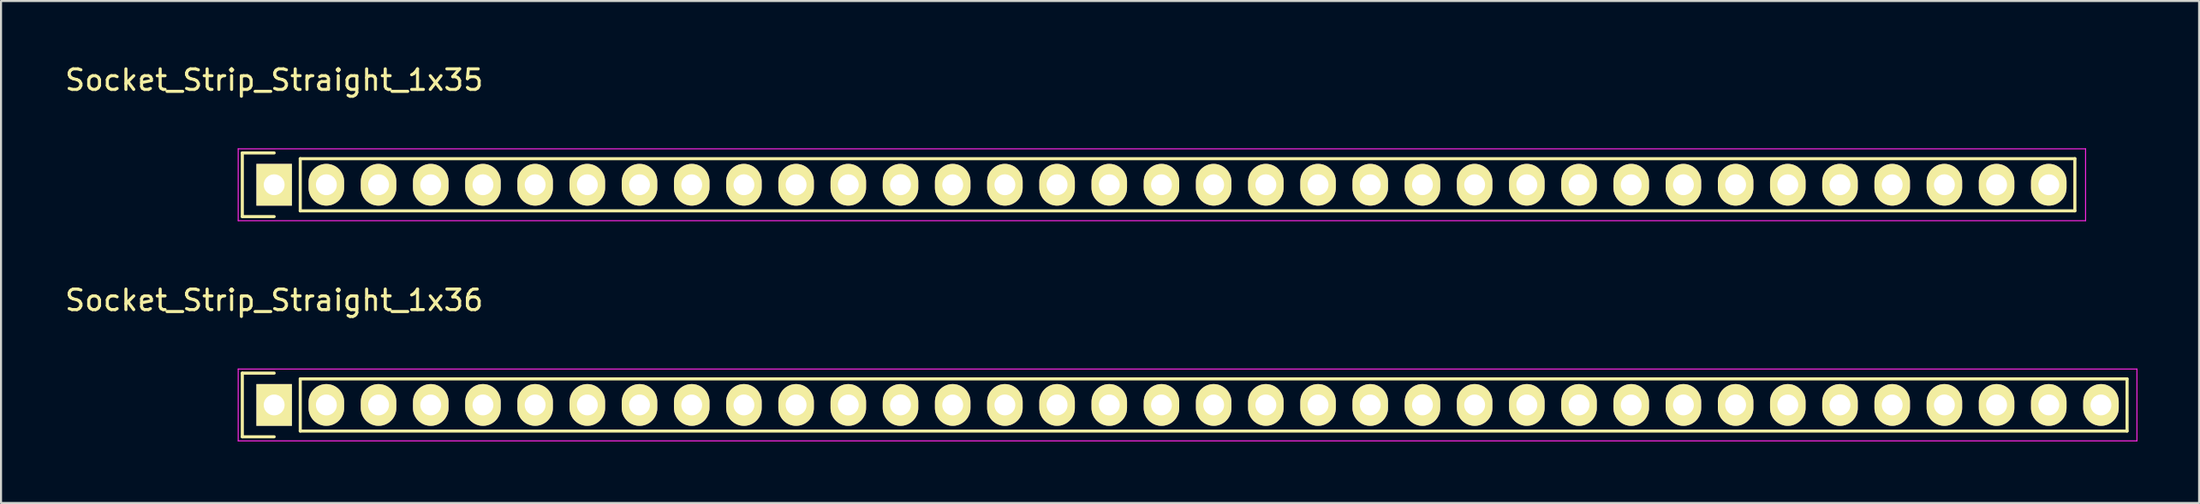
<source format=kicad_pcb>
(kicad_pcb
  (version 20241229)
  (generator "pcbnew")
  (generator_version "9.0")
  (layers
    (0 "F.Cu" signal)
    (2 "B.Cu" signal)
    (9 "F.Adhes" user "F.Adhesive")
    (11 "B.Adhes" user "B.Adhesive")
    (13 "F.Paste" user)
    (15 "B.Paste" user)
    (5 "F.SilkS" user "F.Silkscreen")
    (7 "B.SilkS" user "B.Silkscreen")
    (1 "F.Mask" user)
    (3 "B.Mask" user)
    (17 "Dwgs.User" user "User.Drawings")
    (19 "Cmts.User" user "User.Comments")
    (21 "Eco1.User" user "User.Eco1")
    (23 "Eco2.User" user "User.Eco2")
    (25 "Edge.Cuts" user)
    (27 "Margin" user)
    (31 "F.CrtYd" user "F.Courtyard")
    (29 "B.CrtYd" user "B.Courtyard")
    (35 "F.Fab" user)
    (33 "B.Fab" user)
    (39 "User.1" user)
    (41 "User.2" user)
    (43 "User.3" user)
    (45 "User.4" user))
  (footprint "Socket_Strip_Straight_1x35"
    (layer "F.Cu")
    (at 10.292 5.948)
    (property "Reference" "Socket_Strip_Straight_1x35" (at 0 -5.1 0) (layer "F.SilkS") (effects (font (size 1 1) (thickness 0.15))))
    (attr through_hole)
    (fp_line (start -1.55 -1.55) (end -1.55 1.55) (stroke (width 0.15) (type solid)) (layer "F.SilkS"))
    (fp_line (start -1.55 1.55) (end 0 1.55) (stroke (width 0.15) (type solid)) (layer "F.SilkS"))
    (fp_line (start 0 -1.55) (end -1.55 -1.55) (stroke (width 0.15) (type solid)) (layer "F.SilkS"))
    (fp_line (start 1.27 -1.27) (end 87.63 -1.27) (stroke (width 0.15) (type solid)) (layer "F.SilkS"))
    (fp_line (start 1.27 1.27) (end 1.27 -1.27) (stroke (width 0.15) (type solid)) (layer "F.SilkS"))
    (fp_line (start 87.63 -1.27) (end 87.63 1.27) (stroke (width 0.15) (type solid)) (layer "F.SilkS"))
    (fp_line (start 87.63 1.27) (end 1.27 1.27) (stroke (width 0.15) (type solid)) (layer "F.SilkS"))
    (fp_line (start -1.75 -1.75) (end -1.75 1.75) (stroke (width 0.05) (type solid)) (layer "F.CrtYd"))
    (fp_line (start -1.75 -1.75) (end 88.15 -1.75) (stroke (width 0.05) (type solid)) (layer "F.CrtYd"))
    (fp_line (start -1.75 1.75) (end 88.15 1.75) (stroke (width 0.05) (type solid)) (layer "F.CrtYd"))
    (fp_line (start 88.15 -1.75) (end 88.15 1.75) (stroke (width 0.05) (type solid)) (layer "F.CrtYd"))
    (pad "1" thru_hole rect (at 0 0) (size 1.727 2.032) (drill 1.016) (layers "*.Cu" "*.Mask" "F.SilkS"))
    (pad "2" thru_hole oval (at 2.54 0) (size 1.727 2.032) (drill 1.016) (layers "*.Cu" "*.Mask" "F.SilkS"))
    (pad "3" thru_hole oval (at 5.08 0) (size 1.727 2.032) (drill 1.016) (layers "*.Cu" "*.Mask" "F.SilkS"))
    (pad "4" thru_hole oval (at 7.62 0) (size 1.727 2.032) (drill 1.016) (layers "*.Cu" "*.Mask" "F.SilkS"))
    (pad "5" thru_hole oval (at 10.16 0) (size 1.727 2.032) (drill 1.016) (layers "*.Cu" "*.Mask" "F.SilkS"))
    (pad "6" thru_hole oval (at 12.7 0) (size 1.727 2.032) (drill 1.016) (layers "*.Cu" "*.Mask" "F.SilkS"))
    (pad "7" thru_hole oval (at 15.24 0) (size 1.727 2.032) (drill 1.016) (layers "*.Cu" "*.Mask" "F.SilkS"))
    (pad "8" thru_hole oval (at 17.78 0) (size 1.727 2.032) (drill 1.016) (layers "*.Cu" "*.Mask" "F.SilkS"))
    (pad "9" thru_hole oval (at 20.32 0) (size 1.727 2.032) (drill 1.016) (layers "*.Cu" "*.Mask" "F.SilkS"))
    (pad "10" thru_hole oval (at 22.86 0) (size 1.727 2.032) (drill 1.016) (layers "*.Cu" "*.Mask" "F.SilkS"))
    (pad "11" thru_hole oval (at 25.4 0) (size 1.727 2.032) (drill 1.016) (layers "*.Cu" "*.Mask" "F.SilkS"))
    (pad "12" thru_hole oval (at 27.94 0) (size 1.727 2.032) (drill 1.016) (layers "*.Cu" "*.Mask" "F.SilkS"))
    (pad "13" thru_hole oval (at 30.48 0) (size 1.727 2.032) (drill 1.016) (layers "*.Cu" "*.Mask" "F.SilkS"))
    (pad "14" thru_hole oval (at 33.02 0) (size 1.727 2.032) (drill 1.016) (layers "*.Cu" "*.Mask" "F.SilkS"))
    (pad "15" thru_hole oval (at 35.56 0) (size 1.727 2.032) (drill 1.016) (layers "*.Cu" "*.Mask" "F.SilkS"))
    (pad "16" thru_hole oval (at 38.1 0) (size 1.727 2.032) (drill 1.016) (layers "*.Cu" "*.Mask" "F.SilkS"))
    (pad "17" thru_hole oval (at 40.64 0) (size 1.727 2.032) (drill 1.016) (layers "*.Cu" "*.Mask" "F.SilkS"))
    (pad "18" thru_hole oval (at 43.18 0) (size 1.727 2.032) (drill 1.016) (layers "*.Cu" "*.Mask" "F.SilkS"))
    (pad "19" thru_hole oval (at 45.72 0) (size 1.727 2.032) (drill 1.016) (layers "*.Cu" "*.Mask" "F.SilkS"))
    (pad "20" thru_hole oval (at 48.26 0) (size 1.727 2.032) (drill 1.016) (layers "*.Cu" "*.Mask" "F.SilkS"))
    (pad "21" thru_hole oval (at 50.8 0) (size 1.727 2.032) (drill 1.016) (layers "*.Cu" "*.Mask" "F.SilkS"))
    (pad "22" thru_hole oval (at 53.34 0) (size 1.727 2.032) (drill 1.016) (layers "*.Cu" "*.Mask" "F.SilkS"))
    (pad "23" thru_hole oval (at 55.88 0) (size 1.727 2.032) (drill 1.016) (layers "*.Cu" "*.Mask" "F.SilkS"))
    (pad "24" thru_hole oval (at 58.42 0) (size 1.727 2.032) (drill 1.016) (layers "*.Cu" "*.Mask" "F.SilkS"))
    (pad "25" thru_hole oval (at 60.96 0) (size 1.727 2.032) (drill 1.016) (layers "*.Cu" "*.Mask" "F.SilkS"))
    (pad "26" thru_hole oval (at 63.5 0) (size 1.727 2.032) (drill 1.016) (layers "*.Cu" "*.Mask" "F.SilkS"))
    (pad "27" thru_hole oval (at 66.04 0) (size 1.727 2.032) (drill 1.016) (layers "*.Cu" "*.Mask" "F.SilkS"))
    (pad "28" thru_hole oval (at 68.58 0) (size 1.727 2.032) (drill 1.016) (layers "*.Cu" "*.Mask" "F.SilkS"))
    (pad "29" thru_hole oval (at 71.12 0) (size 1.727 2.032) (drill 1.016) (layers "*.Cu" "*.Mask" "F.SilkS"))
    (pad "30" thru_hole oval (at 73.66 0) (size 1.727 2.032) (drill 1.016) (layers "*.Cu" "*.Mask" "F.SilkS"))
    (pad "31" thru_hole oval (at 76.2 0) (size 1.727 2.032) (drill 1.016) (layers "*.Cu" "*.Mask" "F.SilkS"))
    (pad "32" thru_hole oval (at 78.74 0) (size 1.727 2.032) (drill 1.016) (layers "*.Cu" "*.Mask" "F.SilkS"))
    (pad "33" thru_hole oval (at 81.28 0) (size 1.727 2.032) (drill 1.016) (layers "*.Cu" "*.Mask" "F.SilkS"))
    (pad "34" thru_hole oval (at 83.82 0) (size 1.727 2.032) (drill 1.016) (layers "*.Cu" "*.Mask" "F.SilkS"))
    (pad "35" thru_hole oval (at 86.36 0) (size 1.727 2.032) (drill 1.016) (layers "*.Cu" "*.Mask" "F.SilkS")))
  (footprint "Socket_Strip_Straight_1x36"
    (layer "F.Cu")
    (at 10.292 16.672)
    (property "Reference" "Socket_Strip_Straight_1x36" (at 0 -5.1 0) (layer "F.SilkS") (effects (font (size 1 1) (thickness 0.15))))
    (attr through_hole)
    (fp_line (start -1.55 -1.55) (end -1.55 1.55) (stroke (width 0.15) (type solid)) (layer "F.SilkS"))
    (fp_line (start -1.55 1.55) (end 0 1.55) (stroke (width 0.15) (type solid)) (layer "F.SilkS"))
    (fp_line (start 0 -1.55) (end -1.55 -1.55) (stroke (width 0.15) (type solid)) (layer "F.SilkS"))
    (fp_line (start 1.27 -1.27) (end 90.17 -1.27) (stroke (width 0.15) (type solid)) (layer "F.SilkS"))
    (fp_line (start 1.27 1.27) (end 1.27 -1.27) (stroke (width 0.15) (type solid)) (layer "F.SilkS"))
    (fp_line (start 90.17 -1.27) (end 90.17 1.27) (stroke (width 0.15) (type solid)) (layer "F.SilkS"))
    (fp_line (start 90.17 1.27) (end 1.27 1.27) (stroke (width 0.15) (type solid)) (layer "F.SilkS"))
    (fp_line (start -1.75 -1.75) (end -1.75 1.75) (stroke (width 0.05) (type solid)) (layer "F.CrtYd"))
    (fp_line (start -1.75 -1.75) (end 90.65 -1.75) (stroke (width 0.05) (type solid)) (layer "F.CrtYd"))
    (fp_line (start -1.75 1.75) (end 90.65 1.75) (stroke (width 0.05) (type solid)) (layer "F.CrtYd"))
    (fp_line (start 90.65 -1.75) (end 90.65 1.75) (stroke (width 0.05) (type solid)) (layer "F.CrtYd"))
    (pad "1" thru_hole rect (at 0 0) (size 1.727 2.032) (drill 1.016) (layers "*.Cu" "*.Mask" "F.SilkS"))
    (pad "2" thru_hole oval (at 2.54 0) (size 1.727 2.032) (drill 1.016) (layers "*.Cu" "*.Mask" "F.SilkS"))
    (pad "3" thru_hole oval (at 5.08 0) (size 1.727 2.032) (drill 1.016) (layers "*.Cu" "*.Mask" "F.SilkS"))
    (pad "4" thru_hole oval (at 7.62 0) (size 1.727 2.032) (drill 1.016) (layers "*.Cu" "*.Mask" "F.SilkS"))
    (pad "5" thru_hole oval (at 10.16 0) (size 1.727 2.032) (drill 1.016) (layers "*.Cu" "*.Mask" "F.SilkS"))
    (pad "6" thru_hole oval (at 12.7 0) (size 1.727 2.032) (drill 1.016) (layers "*.Cu" "*.Mask" "F.SilkS"))
    (pad "7" thru_hole oval (at 15.24 0) (size 1.727 2.032) (drill 1.016) (layers "*.Cu" "*.Mask" "F.SilkS"))
    (pad "8" thru_hole oval (at 17.78 0) (size 1.727 2.032) (drill 1.016) (layers "*.Cu" "*.Mask" "F.SilkS"))
    (pad "9" thru_hole oval (at 20.32 0) (size 1.727 2.032) (drill 1.016) (layers "*.Cu" "*.Mask" "F.SilkS"))
    (pad "10" thru_hole oval (at 22.86 0) (size 1.727 2.032) (drill 1.016) (layers "*.Cu" "*.Mask" "F.SilkS"))
    (pad "11" thru_hole oval (at 25.4 0) (size 1.727 2.032) (drill 1.016) (layers "*.Cu" "*.Mask" "F.SilkS"))
    (pad "12" thru_hole oval (at 27.94 0) (size 1.727 2.032) (drill 1.016) (layers "*.Cu" "*.Mask" "F.SilkS"))
    (pad "13" thru_hole oval (at 30.48 0) (size 1.727 2.032) (drill 1.016) (layers "*.Cu" "*.Mask" "F.SilkS"))
    (pad "14" thru_hole oval (at 33.02 0) (size 1.727 2.032) (drill 1.016) (layers "*.Cu" "*.Mask" "F.SilkS"))
    (pad "15" thru_hole oval (at 35.56 0) (size 1.727 2.032) (drill 1.016) (layers "*.Cu" "*.Mask" "F.SilkS"))
    (pad "16" thru_hole oval (at 38.1 0) (size 1.727 2.032) (drill 1.016) (layers "*.Cu" "*.Mask" "F.SilkS"))
    (pad "17" thru_hole oval (at 40.64 0) (size 1.727 2.032) (drill 1.016) (layers "*.Cu" "*.Mask" "F.SilkS"))
    (pad "18" thru_hole oval (at 43.18 0) (size 1.727 2.032) (drill 1.016) (layers "*.Cu" "*.Mask" "F.SilkS"))
    (pad "19" thru_hole oval (at 45.72 0) (size 1.727 2.032) (drill 1.016) (layers "*.Cu" "*.Mask" "F.SilkS"))
    (pad "20" thru_hole oval (at 48.26 0) (size 1.727 2.032) (drill 1.016) (layers "*.Cu" "*.Mask" "F.SilkS"))
    (pad "21" thru_hole oval (at 50.8 0) (size 1.727 2.032) (drill 1.016) (layers "*.Cu" "*.Mask" "F.SilkS"))
    (pad "22" thru_hole oval (at 53.34 0) (size 1.727 2.032) (drill 1.016) (layers "*.Cu" "*.Mask" "F.SilkS"))
    (pad "23" thru_hole oval (at 55.88 0) (size 1.727 2.032) (drill 1.016) (layers "*.Cu" "*.Mask" "F.SilkS"))
    (pad "24" thru_hole oval (at 58.42 0) (size 1.727 2.032) (drill 1.016) (layers "*.Cu" "*.Mask" "F.SilkS"))
    (pad "25" thru_hole oval (at 60.96 0) (size 1.727 2.032) (drill 1.016) (layers "*.Cu" "*.Mask" "F.SilkS"))
    (pad "26" thru_hole oval (at 63.5 0) (size 1.727 2.032) (drill 1.016) (layers "*.Cu" "*.Mask" "F.SilkS"))
    (pad "27" thru_hole oval (at 66.04 0) (size 1.727 2.032) (drill 1.016) (layers "*.Cu" "*.Mask" "F.SilkS"))
    (pad "28" thru_hole oval (at 68.58 0) (size 1.727 2.032) (drill 1.016) (layers "*.Cu" "*.Mask" "F.SilkS"))
    (pad "29" thru_hole oval (at 71.12 0) (size 1.727 2.032) (drill 1.016) (layers "*.Cu" "*.Mask" "F.SilkS"))
    (pad "30" thru_hole oval (at 73.66 0) (size 1.727 2.032) (drill 1.016) (layers "*.Cu" "*.Mask" "F.SilkS"))
    (pad "31" thru_hole oval (at 76.2 0) (size 1.727 2.032) (drill 1.016) (layers "*.Cu" "*.Mask" "F.SilkS"))
    (pad "32" thru_hole oval (at 78.74 0) (size 1.727 2.032) (drill 1.016) (layers "*.Cu" "*.Mask" "F.SilkS"))
    (pad "33" thru_hole oval (at 81.28 0) (size 1.727 2.032) (drill 1.016) (layers "*.Cu" "*.Mask" "F.SilkS"))
    (pad "34" thru_hole oval (at 83.82 0) (size 1.727 2.032) (drill 1.016) (layers "*.Cu" "*.Mask" "F.SilkS"))
    (pad "35" thru_hole oval (at 86.36 0) (size 1.727 2.032) (drill 1.016) (layers "*.Cu" "*.Mask" "F.SilkS"))
    (pad "36" thru_hole oval (at 88.9 0) (size 1.727 2.032) (drill 1.016) (layers "*.Cu" "*.Mask" "F.SilkS")))
  (gr_rect
    (start -3 -3)
    (end 103.967 21.447)
    (stroke (width 0.1) (type default))
    (fill no)
    (layer "Edge.Cuts")))
</source>
